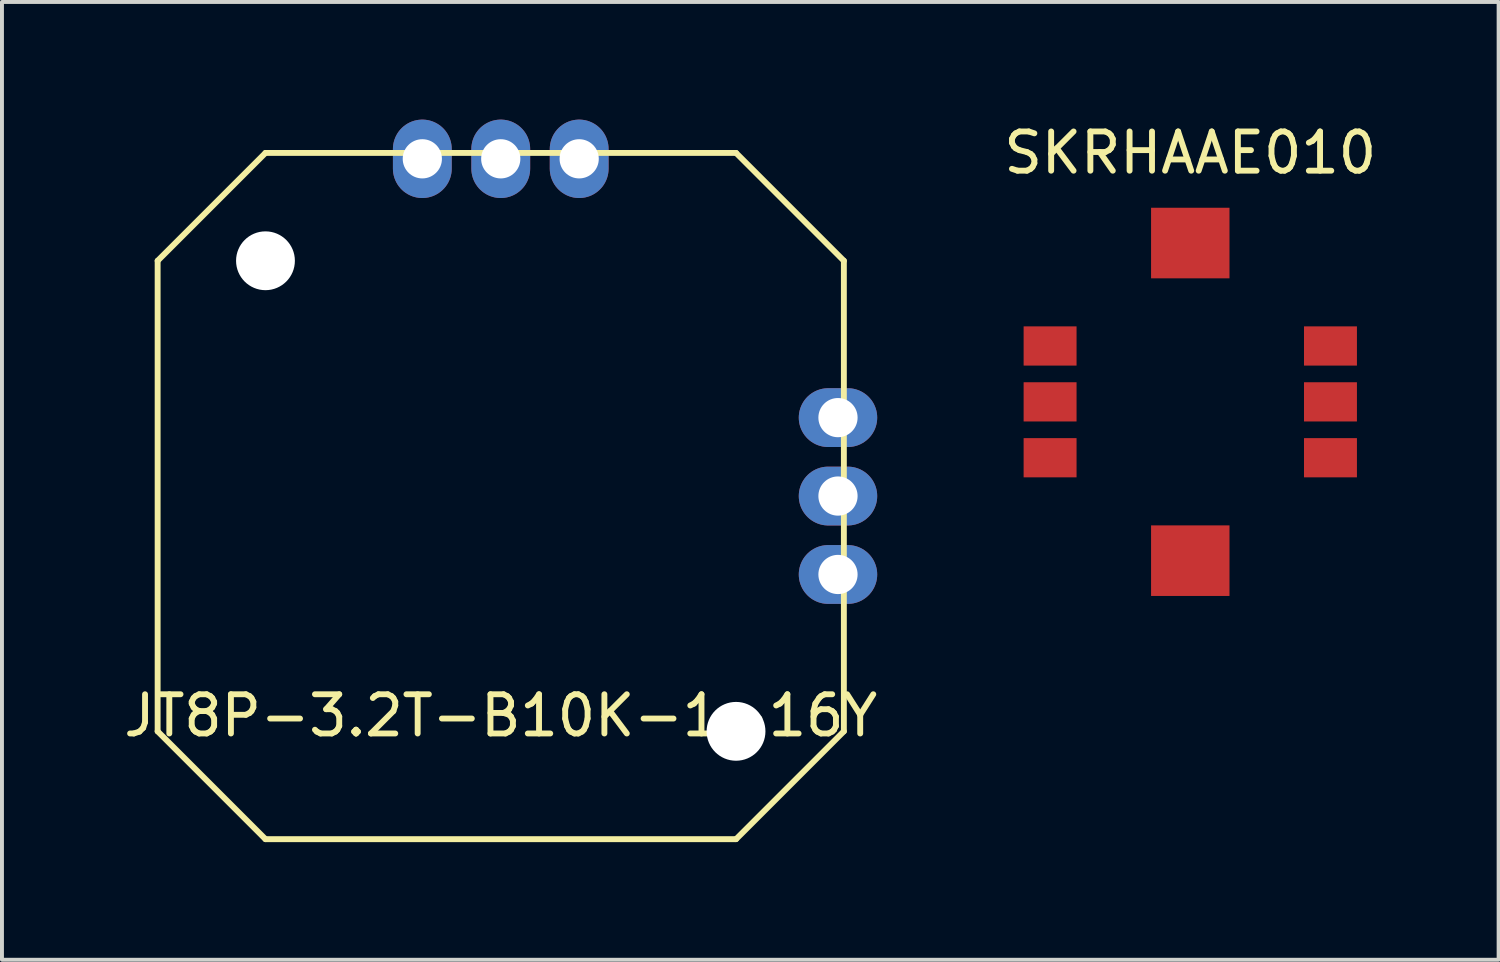
<source format=kicad_pcb>
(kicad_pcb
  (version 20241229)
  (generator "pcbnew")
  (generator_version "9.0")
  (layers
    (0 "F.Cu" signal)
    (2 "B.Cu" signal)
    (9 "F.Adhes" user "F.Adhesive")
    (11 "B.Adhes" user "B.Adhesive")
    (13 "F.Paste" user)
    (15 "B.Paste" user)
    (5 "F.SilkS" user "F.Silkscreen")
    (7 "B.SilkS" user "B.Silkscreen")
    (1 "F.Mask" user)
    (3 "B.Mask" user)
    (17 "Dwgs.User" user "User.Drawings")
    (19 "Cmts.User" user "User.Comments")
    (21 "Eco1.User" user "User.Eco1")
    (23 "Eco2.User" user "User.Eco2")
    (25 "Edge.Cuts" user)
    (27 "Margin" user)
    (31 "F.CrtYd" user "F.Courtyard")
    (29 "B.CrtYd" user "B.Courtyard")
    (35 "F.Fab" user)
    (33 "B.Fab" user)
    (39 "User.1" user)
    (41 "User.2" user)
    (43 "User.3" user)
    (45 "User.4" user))
  (footprint "JT8P-3.2T-B10K-1-16Y"
    (layer "F.Cu")
    (at 9.72 9.6)
    (property "Reference" "JT8P-3.2T-B10K-1-16Y" (at 0 5.6 0) (layer "F.SilkS") (effects (font (size 1 1) (thickness 0.15))))
    (attr through_hole)
    (fp_line (start -8.75 -6) (end -8.75 6) (stroke (width 0.15) (type solid)) (layer "F.SilkS"))
    (fp_line (start -8.75 6) (end -6 8.75) (stroke (width 0.15) (type solid)) (layer "F.SilkS"))
    (fp_line (start -6 -8.75) (end -8.75 -6) (stroke (width 0.15) (type solid)) (layer "F.SilkS"))
    (fp_line (start -6 8.75) (end 6 8.75) (stroke (width 0.15) (type solid)) (layer "F.SilkS"))
    (fp_line (start 6 -8.75) (end -6 -8.75) (stroke (width 0.15) (type solid)) (layer "F.SilkS"))
    (fp_line (start 6 8.75) (end 8.75 6) (stroke (width 0.15) (type solid)) (layer "F.SilkS"))
    (fp_line (start 8.75 -6) (end 6 -8.75) (stroke (width 0.15) (type solid)) (layer "F.SilkS"))
    (fp_line (start 8.75 6) (end 8.75 -6) (stroke (width 0.15) (type solid)) (layer "F.SilkS"))
    (pad "" np_thru_hole circle (at -6 -6) (size 1.5 1.5) (drill 1.5) (layers "*.Cu" "*.Mask"))
    (pad "" np_thru_hole circle (at 6 6) (size 1.5 1.5) (drill 1.5) (layers "*.Cu" "*.Mask"))
    (pad "x1" thru_hole oval (at 2 -8.6) (size 1.5 2) (drill 1) (layers "*.Cu" "*.Mask"))
    (pad "x2" thru_hole oval (at 0 -8.6) (size 1.5 2) (drill 1) (layers "*.Cu" "*.Mask"))
    (pad "x3" thru_hole oval (at -2 -8.6) (size 1.5 2) (drill 1) (layers "*.Cu" "*.Mask"))
    (pad "y1" thru_hole oval (at 8.6 2) (size 2 1.5) (drill 1) (layers "*.Cu" "*.Mask"))
    (pad "y2" thru_hole oval (at 8.6 0) (size 2 1.5) (drill 1) (layers "*.Cu" "*.Mask"))
    (pad "y3" thru_hole oval (at 8.6 -2) (size 2 1.5) (drill 1) (layers "*.Cu" "*.Mask")))
  (footprint "SKRHAAE010"
    (layer "F.Cu")
    (at 27.304 7.198)
    (property "Reference" "SKRHAAE010" (at 0 -6.35 0) (layer "F.SilkS") (effects (font (size 1 1) (thickness 0.15))))
    (attr smd)
    (pad "" smd rect (at 0 -4.05) (size 2 1.8) (layers "F.Cu" "F.Mask" "F.Paste"))
    (pad "" smd rect (at 0 4.05) (size 2 1.8) (layers "F.Cu" "F.Mask" "F.Paste"))
    (pad "1" smd rect (at -3.575 -1.425) (size 1.35 1) (layers "F.Cu" "F.Mask" "F.Paste"))
    (pad "2" smd rect (at -3.575 0) (size 1.35 1) (layers "F.Cu" "F.Mask" "F.Paste"))
    (pad "3" smd rect (at -3.575 1.425) (size 1.35 1) (layers "F.Cu" "F.Mask" "F.Paste"))
    (pad "4" smd rect (at 3.575 -1.425) (size 1.35 1) (layers "F.Cu" "F.Mask" "F.Paste"))
    (pad "5" smd rect (at 3.575 0) (size 1.35 1) (layers "F.Cu" "F.Mask" "F.Paste"))
    (pad "6" smd rect (at 3.575 1.425) (size 1.35 1) (layers "F.Cu" "F.Mask" "F.Paste")))
  (gr_rect
    (start -3 -3)
    (end 35.167 21.425)
    (stroke (width 0.1) (type default))
    (fill no)
    (layer "Edge.Cuts")))
</source>
